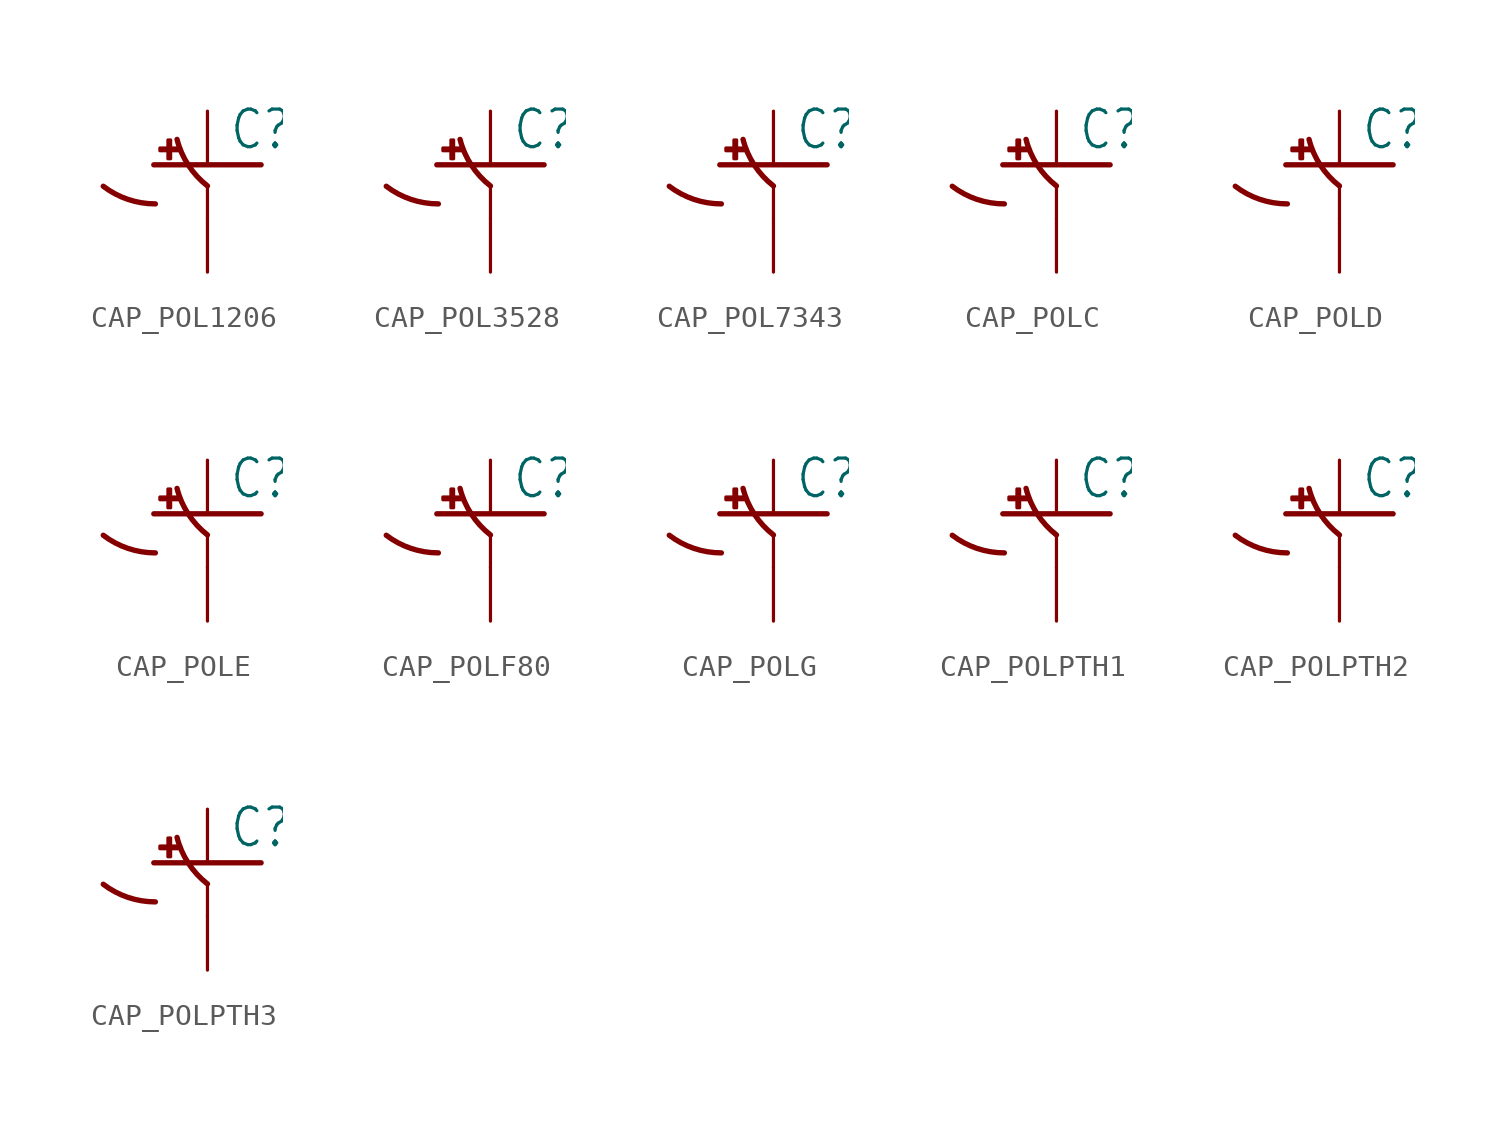
<source format=kicad_sym>
(kicad_symbol_lib
  (version 20241209)
  (generator "kicad_symbol_editor")
  (generator_version "9.0")
  (symbol "CAP_POL1206"
    (property "Reference" "C"
      (at 1.016 0.635 0)
      (effects (font (size 1.778 1.511)) (justify left bottom)))
    (property "Value" ""
      (at 1.016 -4.191 0)
      (effects (font (size 1.778 1.511)) (justify left bottom)))
    (property "ki_locked" ""
      (at 0 0 0)
      (effects (font (size 1.27 1.27))))
    (symbol "CAP_POL1206_1_0"
      (polyline (pts (xy -2.54 0) (xy 2.54 0)) (stroke (width 0.254) (type solid)) (fill (type none)))
      (arc (start -2.4669 -1.8504) (mid -3.7689 -1.6361) (end -4.9337 -1.0159) (stroke (width 0.254) (type solid)) (fill (type none)))
      (rectangle (start -2.253 0.668) (end -1.364 0.795) (stroke (width 0) (type default)) (fill (type outline)))
      (rectangle (start -1.872 0.287) (end -1.745 1.176) (stroke (width 0) (type default)) (fill (type outline)))
      (polyline (pts (xy 0 -1.016) (xy 0 -2.54)) (stroke (width 0.152) (type solid)) (fill (type none)))
      (arc (start 0 -1) (mid -0.9038 -0.0189) (end -1.4403 1.2025) (stroke (width 0.254) (type solid)) (fill (type none)))
      (pin passive line (at 0 2.54 270) (length 2.54) (name "+" (effects (font (size 0 0)))) (number "A" (effects (font (size 0 0)))))
      (pin passive line (at 0 -5.08 90) (length 2.54) (name "-" (effects (font (size 0 0)))) (number "C" (effects (font (size 0 0)))))))
  (symbol "CAP_POL3528"
    (property "Reference" "C"
      (at 1.016 0.635 0)
      (effects (font (size 1.778 1.511)) (justify left bottom)))
    (property "Value" ""
      (at 1.016 -4.191 0)
      (effects (font (size 1.778 1.511)) (justify left bottom)))
    (property "ki_locked" ""
      (at 0 0 0)
      (effects (font (size 1.27 1.27))))
    (symbol "CAP_POL3528_1_0"
      (polyline (pts (xy -2.54 0) (xy 2.54 0)) (stroke (width 0.254) (type solid)) (fill (type none)))
      (arc (start -2.4669 -1.8504) (mid -3.7689 -1.6361) (end -4.9337 -1.0159) (stroke (width 0.254) (type solid)) (fill (type none)))
      (rectangle (start -2.253 0.668) (end -1.364 0.795) (stroke (width 0) (type default)) (fill (type outline)))
      (rectangle (start -1.872 0.287) (end -1.745 1.176) (stroke (width 0) (type default)) (fill (type outline)))
      (polyline (pts (xy 0 -1.016) (xy 0 -2.54)) (stroke (width 0.152) (type solid)) (fill (type none)))
      (arc (start 0 -1) (mid -0.9038 -0.0189) (end -1.4403 1.2025) (stroke (width 0.254) (type solid)) (fill (type none)))
      (pin passive line (at 0 2.54 270) (length 2.54) (name "+" (effects (font (size 0 0)))) (number "A" (effects (font (size 0 0)))))
      (pin passive line (at 0 -5.08 90) (length 2.54) (name "-" (effects (font (size 0 0)))) (number "C" (effects (font (size 0 0)))))))
  (symbol "CAP_POL7343"
    (property "Reference" "C"
      (at 1.016 0.635 0)
      (effects (font (size 1.778 1.511)) (justify left bottom)))
    (property "Value" ""
      (at 1.016 -4.191 0)
      (effects (font (size 1.778 1.511)) (justify left bottom)))
    (property "ki_locked" ""
      (at 0 0 0)
      (effects (font (size 1.27 1.27))))
    (symbol "CAP_POL7343_1_0"
      (polyline (pts (xy -2.54 0) (xy 2.54 0)) (stroke (width 0.254) (type solid)) (fill (type none)))
      (arc (start -2.4669 -1.8504) (mid -3.7689 -1.6361) (end -4.9337 -1.0159) (stroke (width 0.254) (type solid)) (fill (type none)))
      (rectangle (start -2.253 0.668) (end -1.364 0.795) (stroke (width 0) (type default)) (fill (type outline)))
      (rectangle (start -1.872 0.287) (end -1.745 1.176) (stroke (width 0) (type default)) (fill (type outline)))
      (polyline (pts (xy 0 -1.016) (xy 0 -2.54)) (stroke (width 0.152) (type solid)) (fill (type none)))
      (arc (start 0 -1) (mid -0.9038 -0.0189) (end -1.4403 1.2025) (stroke (width 0.254) (type solid)) (fill (type none)))
      (pin passive line (at 0 2.54 270) (length 2.54) (name "+" (effects (font (size 0 0)))) (number "A" (effects (font (size 0 0)))))
      (pin passive line (at 0 -5.08 90) (length 2.54) (name "-" (effects (font (size 0 0)))) (number "C" (effects (font (size 0 0)))))))
  (symbol "CAP_POLC"
    (property "Reference" "C"
      (at 1.016 0.635 0)
      (effects (font (size 1.778 1.511)) (justify left bottom)))
    (property "Value" ""
      (at 1.016 -4.191 0)
      (effects (font (size 1.778 1.511)) (justify left bottom)))
    (property "ki_locked" ""
      (at 0 0 0)
      (effects (font (size 1.27 1.27))))
    (symbol "CAP_POLC_1_0"
      (polyline (pts (xy -2.54 0) (xy 2.54 0)) (stroke (width 0.254) (type solid)) (fill (type none)))
      (arc (start -2.4669 -1.8504) (mid -3.7689 -1.6361) (end -4.9337 -1.0159) (stroke (width 0.254) (type solid)) (fill (type none)))
      (rectangle (start -2.253 0.668) (end -1.364 0.795) (stroke (width 0) (type default)) (fill (type outline)))
      (rectangle (start -1.872 0.287) (end -1.745 1.176) (stroke (width 0) (type default)) (fill (type outline)))
      (polyline (pts (xy 0 -1.016) (xy 0 -2.54)) (stroke (width 0.152) (type solid)) (fill (type none)))
      (arc (start 0 -1) (mid -0.9038 -0.0189) (end -1.4403 1.2025) (stroke (width 0.254) (type solid)) (fill (type none)))
      (pin passive line (at 0 2.54 270) (length 2.54) (name "+" (effects (font (size 0 0)))) (number "+" (effects (font (size 0 0)))))
      (pin passive line (at 0 -5.08 90) (length 2.54) (name "-" (effects (font (size 0 0)))) (number "-" (effects (font (size 0 0)))))))
  (symbol "CAP_POLD"
    (property "Reference" "C"
      (at 1.016 0.635 0)
      (effects (font (size 1.778 1.511)) (justify left bottom)))
    (property "Value" ""
      (at 1.016 -4.191 0)
      (effects (font (size 1.778 1.511)) (justify left bottom)))
    (property "ki_locked" ""
      (at 0 0 0)
      (effects (font (size 1.27 1.27))))
    (symbol "CAP_POLD_1_0"
      (polyline (pts (xy -2.54 0) (xy 2.54 0)) (stroke (width 0.254) (type solid)) (fill (type none)))
      (arc (start -2.4669 -1.8504) (mid -3.7689 -1.6361) (end -4.9337 -1.0159) (stroke (width 0.254) (type solid)) (fill (type none)))
      (rectangle (start -2.253 0.668) (end -1.364 0.795) (stroke (width 0) (type default)) (fill (type outline)))
      (rectangle (start -1.872 0.287) (end -1.745 1.176) (stroke (width 0) (type default)) (fill (type outline)))
      (polyline (pts (xy 0 -1.016) (xy 0 -2.54)) (stroke (width 0.152) (type solid)) (fill (type none)))
      (arc (start 0 -1) (mid -0.9038 -0.0189) (end -1.4403 1.2025) (stroke (width 0.254) (type solid)) (fill (type none)))
      (pin passive line (at 0 2.54 270) (length 2.54) (name "+" (effects (font (size 0 0)))) (number "+" (effects (font (size 0 0)))))
      (pin passive line (at 0 -5.08 90) (length 2.54) (name "-" (effects (font (size 0 0)))) (number "-" (effects (font (size 0 0)))))))
  (symbol "CAP_POLE"
    (property "Reference" "C"
      (at 1.016 0.635 0)
      (effects (font (size 1.778 1.511)) (justify left bottom)))
    (property "Value" ""
      (at 1.016 -4.191 0)
      (effects (font (size 1.778 1.511)) (justify left bottom)))
    (property "ki_locked" ""
      (at 0 0 0)
      (effects (font (size 1.27 1.27))))
    (symbol "CAP_POLE_1_0"
      (polyline (pts (xy -2.54 0) (xy 2.54 0)) (stroke (width 0.254) (type solid)) (fill (type none)))
      (arc (start -2.4669 -1.8504) (mid -3.7689 -1.6361) (end -4.9337 -1.0159) (stroke (width 0.254) (type solid)) (fill (type none)))
      (rectangle (start -2.253 0.668) (end -1.364 0.795) (stroke (width 0) (type default)) (fill (type outline)))
      (rectangle (start -1.872 0.287) (end -1.745 1.176) (stroke (width 0) (type default)) (fill (type outline)))
      (polyline (pts (xy 0 -1.016) (xy 0 -2.54)) (stroke (width 0.152) (type solid)) (fill (type none)))
      (arc (start 0 -1) (mid -0.9038 -0.0189) (end -1.4403 1.2025) (stroke (width 0.254) (type solid)) (fill (type none)))
      (pin passive line (at 0 2.54 270) (length 2.54) (name "+" (effects (font (size 0 0)))) (number "+" (effects (font (size 0 0)))))
      (pin passive line (at 0 -5.08 90) (length 2.54) (name "-" (effects (font (size 0 0)))) (number "-" (effects (font (size 0 0)))))))
  (symbol "CAP_POLF80"
    (property "Reference" "C"
      (at 1.016 0.635 0)
      (effects (font (size 1.778 1.511)) (justify left bottom)))
    (property "Value" ""
      (at 1.016 -4.191 0)
      (effects (font (size 1.778 1.511)) (justify left bottom)))
    (property "ki_locked" ""
      (at 0 0 0)
      (effects (font (size 1.27 1.27))))
    (symbol "CAP_POLF80_1_0"
      (polyline (pts (xy -2.54 0) (xy 2.54 0)) (stroke (width 0.254) (type solid)) (fill (type none)))
      (arc (start -2.4669 -1.8504) (mid -3.7689 -1.6361) (end -4.9337 -1.0159) (stroke (width 0.254) (type solid)) (fill (type none)))
      (rectangle (start -2.253 0.668) (end -1.364 0.795) (stroke (width 0) (type default)) (fill (type outline)))
      (rectangle (start -1.872 0.287) (end -1.745 1.176) (stroke (width 0) (type default)) (fill (type outline)))
      (polyline (pts (xy 0 -1.016) (xy 0 -2.54)) (stroke (width 0.152) (type solid)) (fill (type none)))
      (arc (start 0 -1) (mid -0.9038 -0.0189) (end -1.4403 1.2025) (stroke (width 0.254) (type solid)) (fill (type none)))
      (pin passive line (at 0 2.54 270) (length 2.54) (name "+" (effects (font (size 0 0)))) (number "+" (effects (font (size 0 0)))))
      (pin passive line (at 0 -5.08 90) (length 2.54) (name "-" (effects (font (size 0 0)))) (number "-" (effects (font (size 0 0)))))))
  (symbol "CAP_POLG"
    (property "Reference" "C"
      (at 1.016 0.635 0)
      (effects (font (size 1.778 1.511)) (justify left bottom)))
    (property "Value" ""
      (at 1.016 -4.191 0)
      (effects (font (size 1.778 1.511)) (justify left bottom)))
    (property "ki_locked" ""
      (at 0 0 0)
      (effects (font (size 1.27 1.27))))
    (symbol "CAP_POLG_1_0"
      (polyline (pts (xy -2.54 0) (xy 2.54 0)) (stroke (width 0.254) (type solid)) (fill (type none)))
      (arc (start -2.4669 -1.8504) (mid -3.7689 -1.6361) (end -4.9337 -1.0159) (stroke (width 0.254) (type solid)) (fill (type none)))
      (rectangle (start -2.253 0.668) (end -1.364 0.795) (stroke (width 0) (type default)) (fill (type outline)))
      (rectangle (start -1.872 0.287) (end -1.745 1.176) (stroke (width 0) (type default)) (fill (type outline)))
      (polyline (pts (xy 0 -1.016) (xy 0 -2.54)) (stroke (width 0.152) (type solid)) (fill (type none)))
      (arc (start 0 -1) (mid -0.9038 -0.0189) (end -1.4403 1.2025) (stroke (width 0.254) (type solid)) (fill (type none)))
      (pin passive line (at 0 2.54 270) (length 2.54) (name "+" (effects (font (size 0 0)))) (number "+" (effects (font (size 0 0)))))
      (pin passive line (at 0 -5.08 90) (length 2.54) (name "-" (effects (font (size 0 0)))) (number "-" (effects (font (size 0 0)))))))
  (symbol "CAP_POLPTH1"
    (property "Reference" "C"
      (at 1.016 0.635 0)
      (effects (font (size 1.778 1.511)) (justify left bottom)))
    (property "Value" ""
      (at 1.016 -4.191 0)
      (effects (font (size 1.778 1.511)) (justify left bottom)))
    (property "ki_locked" ""
      (at 0 0 0)
      (effects (font (size 1.27 1.27))))
    (symbol "CAP_POLPTH1_1_0"
      (polyline (pts (xy -2.54 0) (xy 2.54 0)) (stroke (width 0.254) (type solid)) (fill (type none)))
      (arc (start -2.4669 -1.8504) (mid -3.7689 -1.6361) (end -4.9337 -1.0159) (stroke (width 0.254) (type solid)) (fill (type none)))
      (rectangle (start -2.253 0.668) (end -1.364 0.795) (stroke (width 0) (type default)) (fill (type outline)))
      (rectangle (start -1.872 0.287) (end -1.745 1.176) (stroke (width 0) (type default)) (fill (type outline)))
      (polyline (pts (xy 0 -1.016) (xy 0 -2.54)) (stroke (width 0.152) (type solid)) (fill (type none)))
      (arc (start 0 -1) (mid -0.9038 -0.0189) (end -1.4403 1.2025) (stroke (width 0.254) (type solid)) (fill (type none)))
      (pin passive line (at 0 2.54 270) (length 2.54) (name "+" (effects (font (size 0 0)))) (number "1" (effects (font (size 0 0)))))
      (pin passive line (at 0 -5.08 90) (length 2.54) (name "-" (effects (font (size 0 0)))) (number "2" (effects (font (size 0 0)))))))
  (symbol "CAP_POLPTH2"
    (property "Reference" "C"
      (at 1.016 0.635 0)
      (effects (font (size 1.778 1.511)) (justify left bottom)))
    (property "Value" ""
      (at 1.016 -4.191 0)
      (effects (font (size 1.778 1.511)) (justify left bottom)))
    (property "ki_locked" ""
      (at 0 0 0)
      (effects (font (size 1.27 1.27))))
    (symbol "CAP_POLPTH2_1_0"
      (polyline (pts (xy -2.54 0) (xy 2.54 0)) (stroke (width 0.254) (type solid)) (fill (type none)))
      (arc (start -2.4669 -1.8504) (mid -3.7689 -1.6361) (end -4.9337 -1.0159) (stroke (width 0.254) (type solid)) (fill (type none)))
      (rectangle (start -2.253 0.668) (end -1.364 0.795) (stroke (width 0) (type default)) (fill (type outline)))
      (rectangle (start -1.872 0.287) (end -1.745 1.176) (stroke (width 0) (type default)) (fill (type outline)))
      (polyline (pts (xy 0 -1.016) (xy 0 -2.54)) (stroke (width 0.152) (type solid)) (fill (type none)))
      (arc (start 0 -1) (mid -0.9038 -0.0189) (end -1.4403 1.2025) (stroke (width 0.254) (type solid)) (fill (type none)))
      (pin passive line (at 0 2.54 270) (length 2.54) (name "+" (effects (font (size 0 0)))) (number "1" (effects (font (size 0 0)))))
      (pin passive line (at 0 -5.08 90) (length 2.54) (name "-" (effects (font (size 0 0)))) (number "2" (effects (font (size 0 0)))))))
  (symbol "CAP_POLPTH3"
    (property "Reference" "C"
      (at 1.016 0.635 0)
      (effects (font (size 1.778 1.511)) (justify left bottom)))
    (property "Value" ""
      (at 1.016 -4.191 0)
      (effects (font (size 1.778 1.511)) (justify left bottom)))
    (property "ki_locked" ""
      (at 0 0 0)
      (effects (font (size 1.27 1.27))))
    (symbol "CAP_POLPTH3_1_0"
      (polyline (pts (xy -2.54 0) (xy 2.54 0)) (stroke (width 0.254) (type solid)) (fill (type none)))
      (arc (start -2.4669 -1.8504) (mid -3.7689 -1.6361) (end -4.9337 -1.0159) (stroke (width 0.254) (type solid)) (fill (type none)))
      (rectangle (start -2.253 0.668) (end -1.364 0.795) (stroke (width 0) (type default)) (fill (type outline)))
      (rectangle (start -1.872 0.287) (end -1.745 1.176) (stroke (width 0) (type default)) (fill (type outline)))
      (polyline (pts (xy 0 -1.016) (xy 0 -2.54)) (stroke (width 0.152) (type solid)) (fill (type none)))
      (arc (start 0 -1) (mid -0.9038 -0.0189) (end -1.4403 1.2025) (stroke (width 0.254) (type solid)) (fill (type none)))
      (pin passive line (at 0 2.54 270) (length 2.54) (name "+" (effects (font (size 0 0)))) (number "1" (effects (font (size 0 0)))))
      (pin passive line (at 0 -5.08 90) (length 2.54) (name "-" (effects (font (size 0 0)))) (number "2" (effects (font (size 0 0))))))))
</source>
